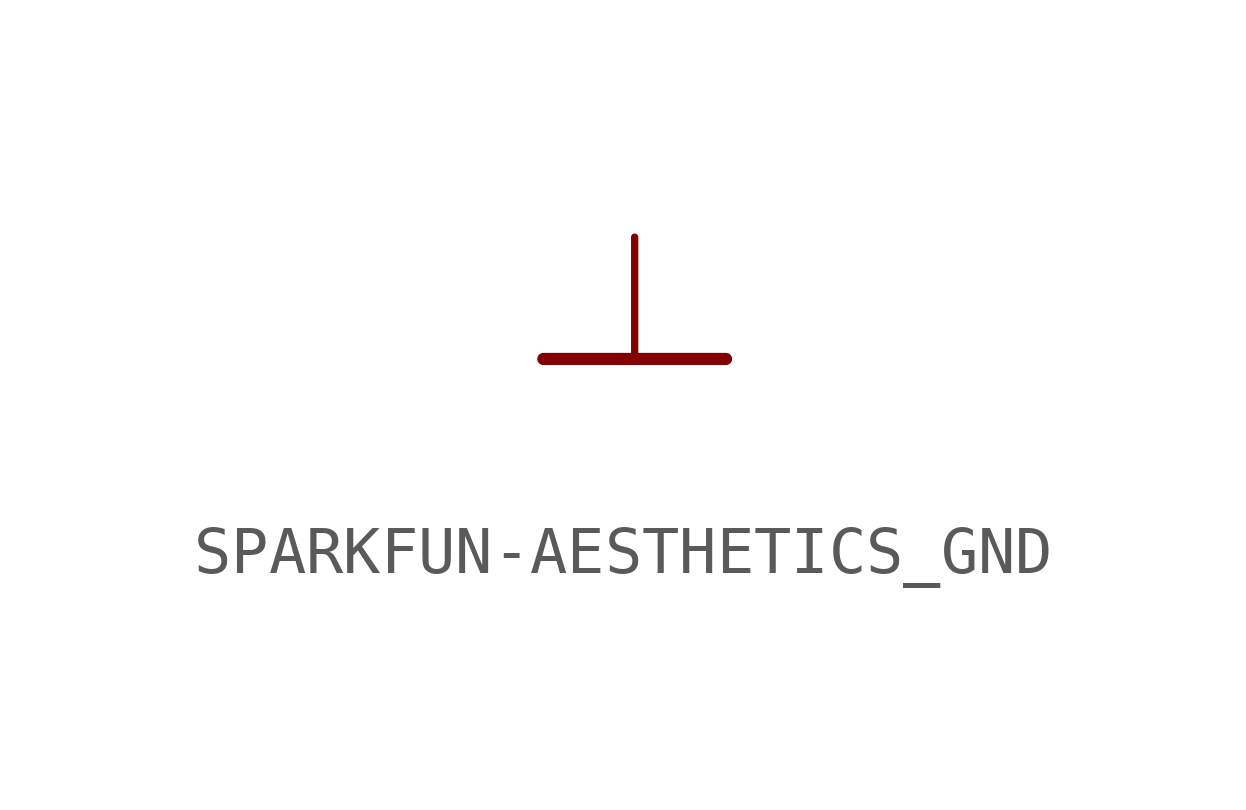
<source format=kicad_sym>
(kicad_symbol_lib
  (version 20241209)
  (generator "kicad_symbol_editor")
  (generator_version "9.0")
  (symbol "SPARKFUN-AESTHETICS_GND"
    (power)
    (property "Reference" "#GND"
      (at 0 0 0)
      (effects (font (size 1.27 1.27)) (hide yes)))
    (property "Value" ""
      (at -2.54 -2.54 0)
      (effects (font (size 1.778 1.511)) (justify left bottom)))
    (property "ki_locked" ""
      (at 0 0 0)
      (effects (font (size 1.27 1.27))))
    (symbol "SPARKFUN-AESTHETICS_GND_1_0"
      (polyline (pts (xy -1.905 0) (xy 1.905 0)) (stroke (width 0.254) (type solid)) (fill (type none)))
      (pin power_in line (at 0 2.54 270) (length 2.54) (name "GND" (effects (font (size 0 0)))) (number "1" (effects (font (size 0 0))))))))
</source>
